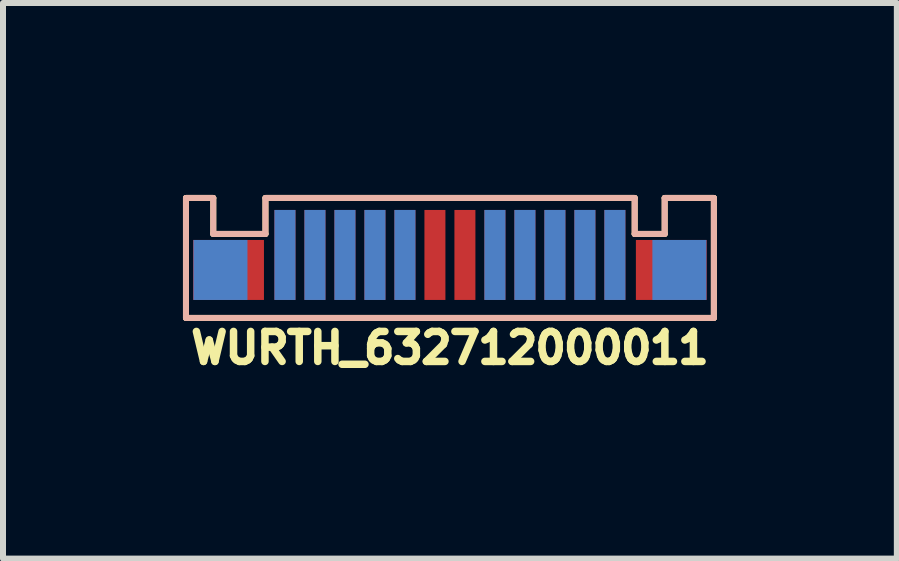
<source format=kicad_pcb>
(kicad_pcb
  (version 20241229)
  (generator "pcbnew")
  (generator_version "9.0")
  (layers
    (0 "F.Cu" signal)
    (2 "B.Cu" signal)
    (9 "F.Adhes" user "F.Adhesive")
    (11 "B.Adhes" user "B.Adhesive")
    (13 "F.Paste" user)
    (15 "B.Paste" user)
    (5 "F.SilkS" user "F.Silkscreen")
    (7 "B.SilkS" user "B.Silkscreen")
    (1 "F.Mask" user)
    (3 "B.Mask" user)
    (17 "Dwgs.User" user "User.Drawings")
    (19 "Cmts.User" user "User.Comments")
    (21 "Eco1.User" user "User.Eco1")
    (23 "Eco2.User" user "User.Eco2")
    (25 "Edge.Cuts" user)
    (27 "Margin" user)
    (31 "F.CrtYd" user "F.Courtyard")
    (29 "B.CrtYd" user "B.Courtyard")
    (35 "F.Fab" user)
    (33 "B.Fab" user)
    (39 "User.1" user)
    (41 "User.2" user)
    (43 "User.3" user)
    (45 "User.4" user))
  (footprint "WURTH_632712000011"
    (layer "F.Cu")
    (at 4.45 0.25)
    (property "Reference" "WURTH_632712000011" (at 0 2.5 0) (layer "F.SilkS") (effects (font (size 0.5 0.5) (thickness 0.125))))
    (attr smd)
    (fp_line (start -4.4 0) (end -4.4 2) (stroke (width 0.1) (type solid)) (layer "F.SilkS"))
    (fp_line (start -4.4 2) (end 4.4 2) (stroke (width 0.1) (type solid)) (layer "F.SilkS"))
    (fp_line (start -3.945 0) (end -4.4 0) (stroke (width 0.1) (type solid)) (layer "F.SilkS"))
    (fp_line (start -3.945 0) (end -3.945 0.6) (stroke (width 0.1) (type solid)) (layer "F.SilkS"))
    (fp_line (start -3.075 0) (end -3.075 0.6) (stroke (width 0.1) (type solid)) (layer "F.SilkS"))
    (fp_line (start -3.075 0) (end 3.08 0) (stroke (width 0.1) (type solid)) (layer "F.SilkS"))
    (fp_line (start -3.075 0.6) (end -3.945 0.6) (stroke (width 0.1) (type solid)) (layer "F.SilkS"))
    (fp_line (start 3.08 0) (end 3.08 0.6) (stroke (width 0.1) (type solid)) (layer "F.SilkS"))
    (fp_line (start 3.08 0.6) (end 3.58 0.6) (stroke (width 0.1) (type solid)) (layer "F.SilkS"))
    (fp_line (start 3.58 0) (end 3.58 0.6) (stroke (width 0.1) (type solid)) (layer "F.SilkS"))
    (fp_line (start 3.58 0) (end 4.4 0) (stroke (width 0.1) (type solid)) (layer "F.SilkS"))
    (fp_line (start 4.4 0) (end 4.4 2) (stroke (width 0.1) (type solid)) (layer "F.SilkS"))
    (fp_line (start -4.4 0) (end -4.4 2) (stroke (width 0.1) (type solid)) (layer "B.SilkS"))
    (fp_line (start -4.4 2) (end 4.4 2) (stroke (width 0.1) (type solid)) (layer "B.SilkS"))
    (fp_line (start -3.945 0) (end -4.4 0) (stroke (width 0.1) (type solid)) (layer "B.SilkS"))
    (fp_line (start -3.945 0) (end -3.945 0.6) (stroke (width 0.1) (type solid)) (layer "B.SilkS"))
    (fp_line (start -3.075 0) (end -3.075 0.6) (stroke (width 0.1) (type solid)) (layer "B.SilkS"))
    (fp_line (start -3.075 0) (end 3.08 0) (stroke (width 0.1) (type solid)) (layer "B.SilkS"))
    (fp_line (start -3.075 0.6) (end -3.945 0.6) (stroke (width 0.1) (type solid)) (layer "B.SilkS"))
    (fp_line (start 3.08 0) (end 3.08 0.6) (stroke (width 0.1) (type solid)) (layer "B.SilkS"))
    (fp_line (start 3.08 0.6) (end 3.58 0.6) (stroke (width 0.1) (type solid)) (layer "B.SilkS"))
    (fp_line (start 3.58 0) (end 3.58 0.6) (stroke (width 0.1) (type solid)) (layer "B.SilkS"))
    (fp_line (start 3.58 0) (end 4.4 0) (stroke (width 0.1) (type solid)) (layer "B.SilkS"))
    (fp_line (start 4.4 0) (end 4.4 2) (stroke (width 0.1) (type solid)) (layer "B.SilkS"))
    (pad "A1" smd rect (at -2.75 0.95) (size 0.35 1.5) (layers "F.Cu" "F.Mask" "F.Paste"))
    (pad "A2" smd rect (at -2.25 0.95) (size 0.35 1.5) (layers "F.Cu" "F.Mask" "F.Paste"))
    (pad "A3" smd rect (at -1.75 0.95) (size 0.35 1.5) (layers "F.Cu" "F.Mask" "F.Paste"))
    (pad "A4" smd rect (at -1.25 0.95) (size 0.35 1.5) (layers "F.Cu" "F.Mask" "F.Paste"))
    (pad "A5" smd rect (at -0.75 0.95) (size 0.35 1.5) (layers "F.Cu" "F.Mask" "F.Paste"))
    (pad "A6" smd rect (at -0.25 0.95) (size 0.35 1.5) (layers "F.Cu" "F.Mask" "F.Paste"))
    (pad "A7" smd rect (at 0.25 0.95) (size 0.35 1.5) (layers "F.Cu" "F.Mask" "F.Paste"))
    (pad "A8" smd rect (at 0.75 0.95) (size 0.35 1.5) (layers "F.Cu" "F.Mask" "F.Paste"))
    (pad "A9" smd rect (at 1.25 0.95) (size 0.35 1.5) (layers "F.Cu" "F.Mask" "F.Paste"))
    (pad "A10" smd rect (at 1.75 0.95) (size 0.35 1.5) (layers "F.Cu" "F.Mask" "F.Paste"))
    (pad "A11" smd rect (at 2.25 0.95) (size 0.35 1.5) (layers "F.Cu" "F.Mask" "F.Paste"))
    (pad "A12" smd rect (at 2.75 0.95) (size 0.35 1.5) (layers "F.Cu" "F.Mask" "F.Paste"))
    (pad "B1" smd rect (at 2.75 0.95) (size 0.35 1.5) (layers "B.Cu" "B.Mask" "B.Paste"))
    (pad "B2" smd rect (at 2.25 0.95) (size 0.35 1.5) (layers "B.Cu" "B.Mask" "B.Paste"))
    (pad "B3" smd rect (at 1.75 0.95) (size 0.35 1.5) (layers "B.Cu" "B.Mask" "B.Paste"))
    (pad "B4" smd rect (at 1.25 0.95) (size 0.35 1.5) (layers "B.Cu" "B.Mask" "B.Paste"))
    (pad "B5" smd rect (at 0.75 0.95) (size 0.35 1.5) (layers "B.Cu" "B.Mask" "B.Paste"))
    (pad "B8" smd rect (at -0.75 0.95) (size 0.35 1.5) (layers "B.Cu" "B.Mask" "B.Paste"))
    (pad "B9" smd rect (at -1.25 0.95) (size 0.35 1.5) (layers "B.Cu" "B.Mask" "B.Paste"))
    (pad "B10" smd rect (at -1.75 0.95) (size 0.35 1.5) (layers "B.Cu" "B.Mask" "B.Paste"))
    (pad "B11" smd rect (at -2.25 0.95) (size 0.35 1.5) (layers "B.Cu" "B.Mask" "B.Paste"))
    (pad "B12" smd rect (at -2.75 0.95) (size 0.35 1.5) (layers "B.Cu" "B.Mask" "B.Paste"))
    (pad "S" smd rect (at -3.825 1.2 90) (size 1 0.9) (layers "B.Cu" "B.Mask" "B.Paste"))
    (pad "S" smd rect (at -3.69 1.2) (size 1.18 1) (layers "F.Cu" "F.Mask" "F.Paste"))
    (pad "S" smd rect (at 3.69 1.2) (size 1.18 1) (layers "F.Cu" "F.Mask" "F.Paste"))
    (pad "S" smd rect (at 3.825 1.2) (size 0.9 1) (layers "B.Cu" "B.Mask" "B.Paste")))
  (gr_rect
    (start -3 -3)
    (end 11.9 6.262)
    (stroke (width 0.1) (type default))
    (fill no)
    (layer "Edge.Cuts")))
</source>
